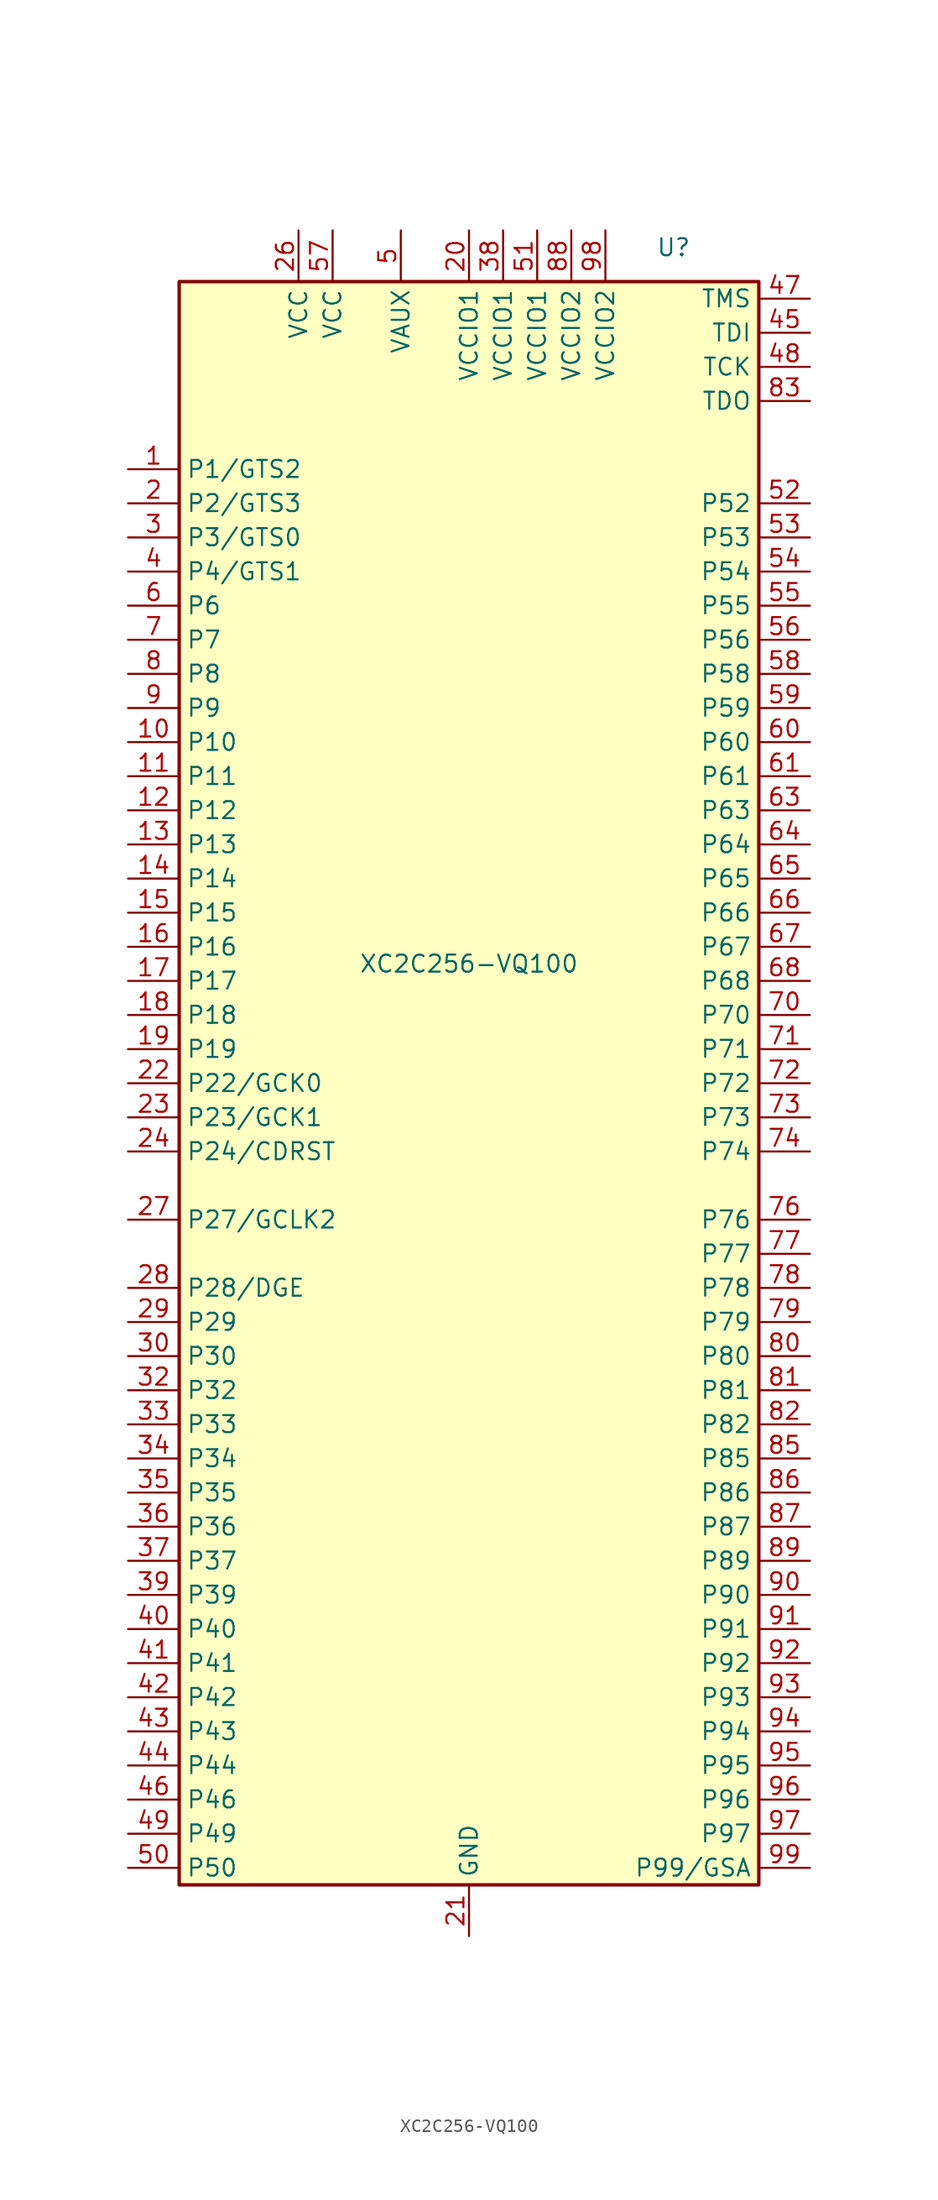
<source format=kicad_sym>
(kicad_symbol_lib
  (version 20201005)
  (generator kicad_symbol_editor)
  (symbol "FPGA_Xilinx:XC2C256-VQ100"
    (property "Reference" "U"
      (at 15.24 62.23 0)
      (effects (font (size 1.27 1.27))))
    (property "Value" "XC2C256-VQ100"
      (at 0 8.89 0)
      (effects (font (size 1.27 1.27))))
    (symbol "XC2C256-VQ100_0_1"
      (rectangle (start -21.59 59.69) (end 21.59 -59.69) (stroke (width 0.254)) (fill (type background))))
    (symbol "XC2C256-VQ100_1_1"
      (pin bidirectional line (at -25.4 45.72 0) (length 3.81) (name "P1/GTS2" (effects (font (size 1.27 1.27)))) (number "1" (effects (font (size 1.27 1.27)))))
      (pin bidirectional line (at -25.4 25.4 0) (length 3.81) (name "P10" (effects (font (size 1.27 1.27)))) (number "10" (effects (font (size 1.27 1.27)))))
      (pin passive line (at 0 -63.5 90) (length 3.81) hide (name "GND" (effects (font (size 1.27 1.27)))) (number "100" (effects (font (size 1.27 1.27)))))
      (pin bidirectional line (at -25.4 22.86 0) (length 3.81) (name "P11" (effects (font (size 1.27 1.27)))) (number "11" (effects (font (size 1.27 1.27)))))
      (pin bidirectional line (at -25.4 20.32 0) (length 3.81) (name "P12" (effects (font (size 1.27 1.27)))) (number "12" (effects (font (size 1.27 1.27)))))
      (pin bidirectional line (at -25.4 17.78 0) (length 3.81) (name "P13" (effects (font (size 1.27 1.27)))) (number "13" (effects (font (size 1.27 1.27)))))
      (pin bidirectional line (at -25.4 15.24 0) (length 3.81) (name "P14" (effects (font (size 1.27 1.27)))) (number "14" (effects (font (size 1.27 1.27)))))
      (pin bidirectional line (at -25.4 12.7 0) (length 3.81) (name "P15" (effects (font (size 1.27 1.27)))) (number "15" (effects (font (size 1.27 1.27)))))
      (pin bidirectional line (at -25.4 10.16 0) (length 3.81) (name "P16" (effects (font (size 1.27 1.27)))) (number "16" (effects (font (size 1.27 1.27)))))
      (pin bidirectional line (at -25.4 7.62 0) (length 3.81) (name "P17" (effects (font (size 1.27 1.27)))) (number "17" (effects (font (size 1.27 1.27)))))
      (pin bidirectional line (at -25.4 5.08 0) (length 3.81) (name "P18" (effects (font (size 1.27 1.27)))) (number "18" (effects (font (size 1.27 1.27)))))
      (pin bidirectional line (at -25.4 2.54 0) (length 3.81) (name "P19" (effects (font (size 1.27 1.27)))) (number "19" (effects (font (size 1.27 1.27)))))
      (pin bidirectional line (at -25.4 43.18 0) (length 3.81) (name "P2/GTS3" (effects (font (size 1.27 1.27)))) (number "2" (effects (font (size 1.27 1.27)))))
      (pin power_in line (at 0 63.5 270) (length 3.81) (name "VCCIO1" (effects (font (size 1.27 1.27)))) (number "20" (effects (font (size 1.27 1.27)))))
      (pin power_in line (at 0 -63.5 90) (length 3.81) (name "GND" (effects (font (size 1.27 1.27)))) (number "21" (effects (font (size 1.27 1.27)))))
      (pin bidirectional line (at -25.4 0 0) (length 3.81) (name "P22/GCK0" (effects (font (size 1.27 1.27)))) (number "22" (effects (font (size 1.27 1.27)))))
      (pin bidirectional line (at -25.4 -2.54 0) (length 3.81) (name "P23/GCK1" (effects (font (size 1.27 1.27)))) (number "23" (effects (font (size 1.27 1.27)))))
      (pin bidirectional line (at -25.4 -5.08 0) (length 3.81) (name "P24/CDRST" (effects (font (size 1.27 1.27)))) (number "24" (effects (font (size 1.27 1.27)))))
      (pin passive line (at 0 -63.5 90) (length 3.81) hide (name "GND" (effects (font (size 1.27 1.27)))) (number "25" (effects (font (size 1.27 1.27)))))
      (pin power_in line (at -12.7 63.5 270) (length 3.81) (name "VCC" (effects (font (size 1.27 1.27)))) (number "26" (effects (font (size 1.27 1.27)))))
      (pin bidirectional line (at -25.4 -10.16 0) (length 3.81) (name "P27/GCLK2" (effects (font (size 1.27 1.27)))) (number "27" (effects (font (size 1.27 1.27)))))
      (pin bidirectional line (at -25.4 -15.24 0) (length 3.81) (name "P28/DGE" (effects (font (size 1.27 1.27)))) (number "28" (effects (font (size 1.27 1.27)))))
      (pin bidirectional line (at -25.4 -17.78 0) (length 3.81) (name "P29" (effects (font (size 1.27 1.27)))) (number "29" (effects (font (size 1.27 1.27)))))
      (pin bidirectional line (at -25.4 40.64 0) (length 3.81) (name "P3/GTS0" (effects (font (size 1.27 1.27)))) (number "3" (effects (font (size 1.27 1.27)))))
      (pin bidirectional line (at -25.4 -20.32 0) (length 3.81) (name "P30" (effects (font (size 1.27 1.27)))) (number "30" (effects (font (size 1.27 1.27)))))
      (pin passive line (at 0 -63.5 90) (length 3.81) hide (name "GND" (effects (font (size 1.27 1.27)))) (number "31" (effects (font (size 1.27 1.27)))))
      (pin bidirectional line (at -25.4 -22.86 0) (length 3.81) (name "P32" (effects (font (size 1.27 1.27)))) (number "32" (effects (font (size 1.27 1.27)))))
      (pin bidirectional line (at -25.4 -25.4 0) (length 3.81) (name "P33" (effects (font (size 1.27 1.27)))) (number "33" (effects (font (size 1.27 1.27)))))
      (pin bidirectional line (at -25.4 -27.94 0) (length 3.81) (name "P34" (effects (font (size 1.27 1.27)))) (number "34" (effects (font (size 1.27 1.27)))))
      (pin bidirectional line (at -25.4 -30.48 0) (length 3.81) (name "P35" (effects (font (size 1.27 1.27)))) (number "35" (effects (font (size 1.27 1.27)))))
      (pin bidirectional line (at -25.4 -33.02 0) (length 3.81) (name "P36" (effects (font (size 1.27 1.27)))) (number "36" (effects (font (size 1.27 1.27)))))
      (pin bidirectional line (at -25.4 -35.56 0) (length 3.81) (name "P37" (effects (font (size 1.27 1.27)))) (number "37" (effects (font (size 1.27 1.27)))))
      (pin power_in line (at 2.54 63.5 270) (length 3.81) (name "VCCIO1" (effects (font (size 1.27 1.27)))) (number "38" (effects (font (size 1.27 1.27)))))
      (pin bidirectional line (at -25.4 -38.1 0) (length 3.81) (name "P39" (effects (font (size 1.27 1.27)))) (number "39" (effects (font (size 1.27 1.27)))))
      (pin bidirectional line (at -25.4 38.1 0) (length 3.81) (name "P4/GTS1" (effects (font (size 1.27 1.27)))) (number "4" (effects (font (size 1.27 1.27)))))
      (pin bidirectional line (at -25.4 -40.64 0) (length 3.81) (name "P40" (effects (font (size 1.27 1.27)))) (number "40" (effects (font (size 1.27 1.27)))))
      (pin bidirectional line (at -25.4 -43.18 0) (length 3.81) (name "P41" (effects (font (size 1.27 1.27)))) (number "41" (effects (font (size 1.27 1.27)))))
      (pin bidirectional line (at -25.4 -45.72 0) (length 3.81) (name "P42" (effects (font (size 1.27 1.27)))) (number "42" (effects (font (size 1.27 1.27)))))
      (pin bidirectional line (at -25.4 -48.26 0) (length 3.81) (name "P43" (effects (font (size 1.27 1.27)))) (number "43" (effects (font (size 1.27 1.27)))))
      (pin bidirectional line (at -25.4 -50.8 0) (length 3.81) (name "P44" (effects (font (size 1.27 1.27)))) (number "44" (effects (font (size 1.27 1.27)))))
      (pin input line (at 25.4 55.88 180) (length 3.81) (name "TDI" (effects (font (size 1.27 1.27)))) (number "45" (effects (font (size 1.27 1.27)))))
      (pin bidirectional line (at -25.4 -53.34 0) (length 3.81) (name "P46" (effects (font (size 1.27 1.27)))) (number "46" (effects (font (size 1.27 1.27)))))
      (pin input line (at 25.4 58.42 180) (length 3.81) (name "TMS" (effects (font (size 1.27 1.27)))) (number "47" (effects (font (size 1.27 1.27)))))
      (pin input line (at 25.4 53.34 180) (length 3.81) (name "TCK" (effects (font (size 1.27 1.27)))) (number "48" (effects (font (size 1.27 1.27)))))
      (pin bidirectional line (at -25.4 -55.88 0) (length 3.81) (name "P49" (effects (font (size 1.27 1.27)))) (number "49" (effects (font (size 1.27 1.27)))))
      (pin power_in line (at -5.08 63.5 270) (length 3.81) (name "VAUX" (effects (font (size 1.27 1.27)))) (number "5" (effects (font (size 1.27 1.27)))))
      (pin bidirectional line (at -25.4 -58.42 0) (length 3.81) (name "P50" (effects (font (size 1.27 1.27)))) (number "50" (effects (font (size 1.27 1.27)))))
      (pin power_in line (at 5.08 63.5 270) (length 3.81) (name "VCCIO1" (effects (font (size 1.27 1.27)))) (number "51" (effects (font (size 1.27 1.27)))))
      (pin bidirectional line (at 25.4 43.18 180) (length 3.81) (name "P52" (effects (font (size 1.27 1.27)))) (number "52" (effects (font (size 1.27 1.27)))))
      (pin bidirectional line (at 25.4 40.64 180) (length 3.81) (name "P53" (effects (font (size 1.27 1.27)))) (number "53" (effects (font (size 1.27 1.27)))))
      (pin bidirectional line (at 25.4 38.1 180) (length 3.81) (name "P54" (effects (font (size 1.27 1.27)))) (number "54" (effects (font (size 1.27 1.27)))))
      (pin bidirectional line (at 25.4 35.56 180) (length 3.81) (name "P55" (effects (font (size 1.27 1.27)))) (number "55" (effects (font (size 1.27 1.27)))))
      (pin bidirectional line (at 25.4 33.02 180) (length 3.81) (name "P56" (effects (font (size 1.27 1.27)))) (number "56" (effects (font (size 1.27 1.27)))))
      (pin power_in line (at -10.16 63.5 270) (length 3.81) (name "VCC" (effects (font (size 1.27 1.27)))) (number "57" (effects (font (size 1.27 1.27)))))
      (pin bidirectional line (at 25.4 30.48 180) (length 3.81) (name "P58" (effects (font (size 1.27 1.27)))) (number "58" (effects (font (size 1.27 1.27)))))
      (pin bidirectional line (at 25.4 27.94 180) (length 3.81) (name "P59" (effects (font (size 1.27 1.27)))) (number "59" (effects (font (size 1.27 1.27)))))
      (pin bidirectional line (at -25.4 35.56 0) (length 3.81) (name "P6" (effects (font (size 1.27 1.27)))) (number "6" (effects (font (size 1.27 1.27)))))
      (pin bidirectional line (at 25.4 25.4 180) (length 3.81) (name "P60" (effects (font (size 1.27 1.27)))) (number "60" (effects (font (size 1.27 1.27)))))
      (pin bidirectional line (at 25.4 22.86 180) (length 3.81) (name "P61" (effects (font (size 1.27 1.27)))) (number "61" (effects (font (size 1.27 1.27)))))
      (pin passive line (at 0 -63.5 90) (length 3.81) hide (name "GND" (effects (font (size 1.27 1.27)))) (number "62" (effects (font (size 1.27 1.27)))))
      (pin bidirectional line (at 25.4 20.32 180) (length 3.81) (name "P63" (effects (font (size 1.27 1.27)))) (number "63" (effects (font (size 1.27 1.27)))))
      (pin bidirectional line (at 25.4 17.78 180) (length 3.81) (name "P64" (effects (font (size 1.27 1.27)))) (number "64" (effects (font (size 1.27 1.27)))))
      (pin bidirectional line (at 25.4 15.24 180) (length 3.81) (name "P65" (effects (font (size 1.27 1.27)))) (number "65" (effects (font (size 1.27 1.27)))))
      (pin bidirectional line (at 25.4 12.7 180) (length 3.81) (name "P66" (effects (font (size 1.27 1.27)))) (number "66" (effects (font (size 1.27 1.27)))))
      (pin bidirectional line (at 25.4 10.16 180) (length 3.81) (name "P67" (effects (font (size 1.27 1.27)))) (number "67" (effects (font (size 1.27 1.27)))))
      (pin bidirectional line (at 25.4 7.62 180) (length 3.81) (name "P68" (effects (font (size 1.27 1.27)))) (number "68" (effects (font (size 1.27 1.27)))))
      (pin passive line (at 0 -63.5 90) (length 3.81) hide (name "GND" (effects (font (size 1.27 1.27)))) (number "69" (effects (font (size 1.27 1.27)))))
      (pin bidirectional line (at -25.4 33.02 0) (length 3.81) (name "P7" (effects (font (size 1.27 1.27)))) (number "7" (effects (font (size 1.27 1.27)))))
      (pin bidirectional line (at 25.4 5.08 180) (length 3.81) (name "P70" (effects (font (size 1.27 1.27)))) (number "70" (effects (font (size 1.27 1.27)))))
      (pin bidirectional line (at 25.4 2.54 180) (length 3.81) (name "P71" (effects (font (size 1.27 1.27)))) (number "71" (effects (font (size 1.27 1.27)))))
      (pin bidirectional line (at 25.4 0 180) (length 3.81) (name "P72" (effects (font (size 1.27 1.27)))) (number "72" (effects (font (size 1.27 1.27)))))
      (pin bidirectional line (at 25.4 -2.54 180) (length 3.81) (name "P73" (effects (font (size 1.27 1.27)))) (number "73" (effects (font (size 1.27 1.27)))))
      (pin bidirectional line (at 25.4 -5.08 180) (length 3.81) (name "P74" (effects (font (size 1.27 1.27)))) (number "74" (effects (font (size 1.27 1.27)))))
      (pin passive line (at 0 -63.5 90) (length 3.81) hide (name "GND" (effects (font (size 1.27 1.27)))) (number "75" (effects (font (size 1.27 1.27)))))
      (pin bidirectional line (at 25.4 -10.16 180) (length 3.81) (name "P76" (effects (font (size 1.27 1.27)))) (number "76" (effects (font (size 1.27 1.27)))))
      (pin bidirectional line (at 25.4 -12.7 180) (length 3.81) (name "P77" (effects (font (size 1.27 1.27)))) (number "77" (effects (font (size 1.27 1.27)))))
      (pin bidirectional line (at 25.4 -15.24 180) (length 3.81) (name "P78" (effects (font (size 1.27 1.27)))) (number "78" (effects (font (size 1.27 1.27)))))
      (pin bidirectional line (at 25.4 -17.78 180) (length 3.81) (name "P79" (effects (font (size 1.27 1.27)))) (number "79" (effects (font (size 1.27 1.27)))))
      (pin bidirectional line (at -25.4 30.48 0) (length 3.81) (name "P8" (effects (font (size 1.27 1.27)))) (number "8" (effects (font (size 1.27 1.27)))))
      (pin bidirectional line (at 25.4 -20.32 180) (length 3.81) (name "P80" (effects (font (size 1.27 1.27)))) (number "80" (effects (font (size 1.27 1.27)))))
      (pin bidirectional line (at 25.4 -22.86 180) (length 3.81) (name "P81" (effects (font (size 1.27 1.27)))) (number "81" (effects (font (size 1.27 1.27)))))
      (pin bidirectional line (at 25.4 -25.4 180) (length 3.81) (name "P82" (effects (font (size 1.27 1.27)))) (number "82" (effects (font (size 1.27 1.27)))))
      (pin output line (at 25.4 50.8 180) (length 3.81) (name "TDO" (effects (font (size 1.27 1.27)))) (number "83" (effects (font (size 1.27 1.27)))))
      (pin passive line (at 0 -63.5 90) (length 3.81) hide (name "GND" (effects (font (size 1.27 1.27)))) (number "84" (effects (font (size 1.27 1.27)))))
      (pin bidirectional line (at 25.4 -27.94 180) (length 3.81) (name "P85" (effects (font (size 1.27 1.27)))) (number "85" (effects (font (size 1.27 1.27)))))
      (pin bidirectional line (at 25.4 -30.48 180) (length 3.81) (name "P86" (effects (font (size 1.27 1.27)))) (number "86" (effects (font (size 1.27 1.27)))))
      (pin bidirectional line (at 25.4 -33.02 180) (length 3.81) (name "P87" (effects (font (size 1.27 1.27)))) (number "87" (effects (font (size 1.27 1.27)))))
      (pin power_in line (at 7.62 63.5 270) (length 3.81) (name "VCCIO2" (effects (font (size 1.27 1.27)))) (number "88" (effects (font (size 1.27 1.27)))))
      (pin bidirectional line (at 25.4 -35.56 180) (length 3.81) (name "P89" (effects (font (size 1.27 1.27)))) (number "89" (effects (font (size 1.27 1.27)))))
      (pin bidirectional line (at -25.4 27.94 0) (length 3.81) (name "P9" (effects (font (size 1.27 1.27)))) (number "9" (effects (font (size 1.27 1.27)))))
      (pin bidirectional line (at 25.4 -38.1 180) (length 3.81) (name "P90" (effects (font (size 1.27 1.27)))) (number "90" (effects (font (size 1.27 1.27)))))
      (pin bidirectional line (at 25.4 -40.64 180) (length 3.81) (name "P91" (effects (font (size 1.27 1.27)))) (number "91" (effects (font (size 1.27 1.27)))))
      (pin bidirectional line (at 25.4 -43.18 180) (length 3.81) (name "P92" (effects (font (size 1.27 1.27)))) (number "92" (effects (font (size 1.27 1.27)))))
      (pin bidirectional line (at 25.4 -45.72 180) (length 3.81) (name "P93" (effects (font (size 1.27 1.27)))) (number "93" (effects (font (size 1.27 1.27)))))
      (pin bidirectional line (at 25.4 -48.26 180) (length 3.81) (name "P94" (effects (font (size 1.27 1.27)))) (number "94" (effects (font (size 1.27 1.27)))))
      (pin bidirectional line (at 25.4 -50.8 180) (length 3.81) (name "P95" (effects (font (size 1.27 1.27)))) (number "95" (effects (font (size 1.27 1.27)))))
      (pin bidirectional line (at 25.4 -53.34 180) (length 3.81) (name "P96" (effects (font (size 1.27 1.27)))) (number "96" (effects (font (size 1.27 1.27)))))
      (pin bidirectional line (at 25.4 -55.88 180) (length 3.81) (name "P97" (effects (font (size 1.27 1.27)))) (number "97" (effects (font (size 1.27 1.27)))))
      (pin power_in line (at 10.16 63.5 270) (length 3.81) (name "VCCIO2" (effects (font (size 1.27 1.27)))) (number "98" (effects (font (size 1.27 1.27)))))
      (pin bidirectional line (at 25.4 -58.42 180) (length 3.81) (name "P99/GSA" (effects (font (size 1.27 1.27)))) (number "99" (effects (font (size 1.27 1.27))))))))
</source>
